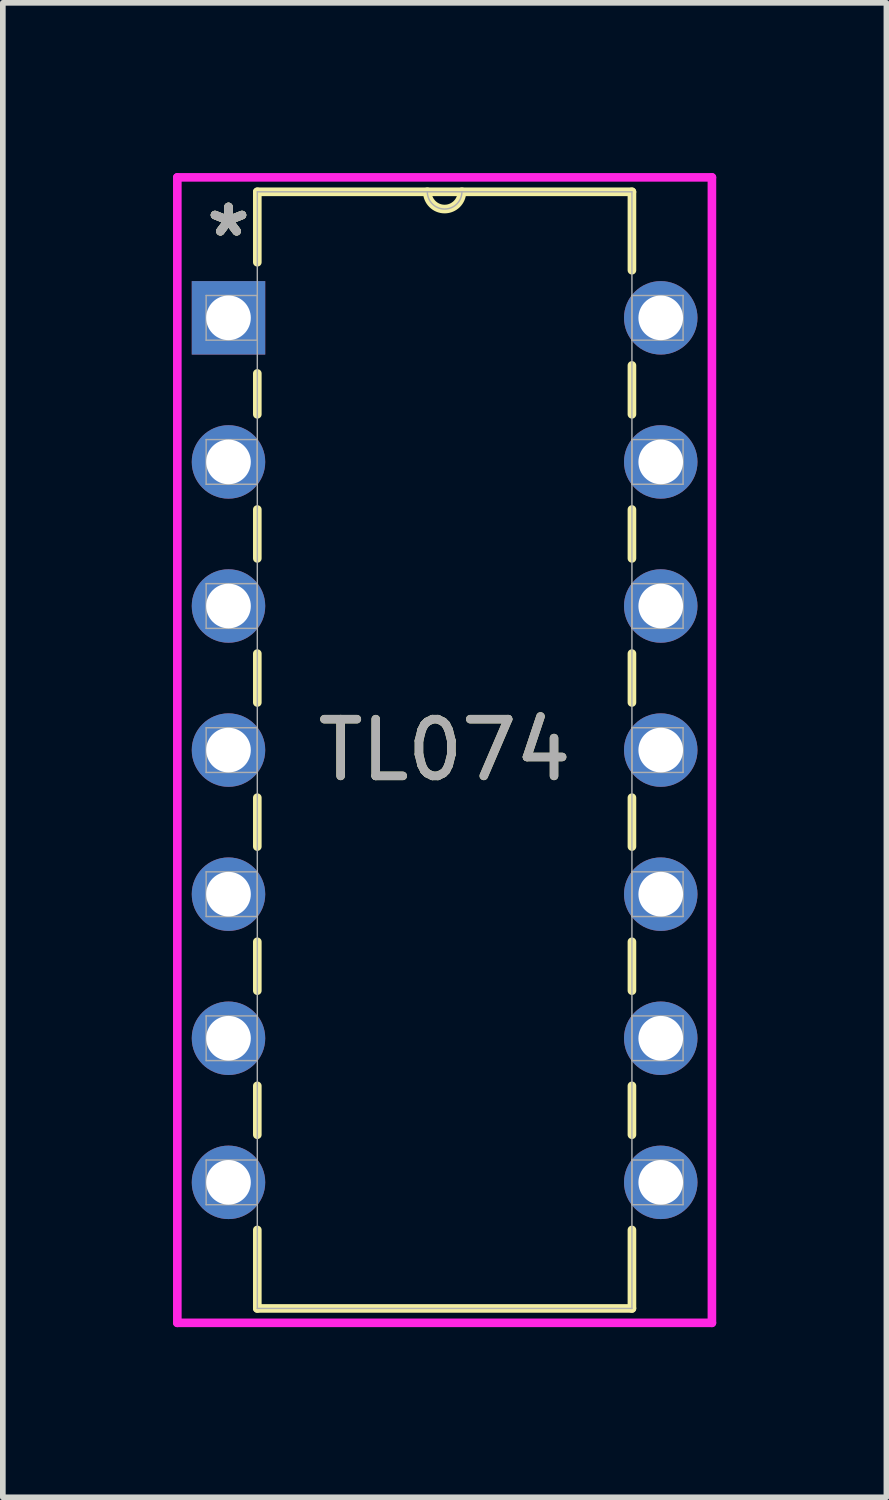
<source format=kicad_pcb>
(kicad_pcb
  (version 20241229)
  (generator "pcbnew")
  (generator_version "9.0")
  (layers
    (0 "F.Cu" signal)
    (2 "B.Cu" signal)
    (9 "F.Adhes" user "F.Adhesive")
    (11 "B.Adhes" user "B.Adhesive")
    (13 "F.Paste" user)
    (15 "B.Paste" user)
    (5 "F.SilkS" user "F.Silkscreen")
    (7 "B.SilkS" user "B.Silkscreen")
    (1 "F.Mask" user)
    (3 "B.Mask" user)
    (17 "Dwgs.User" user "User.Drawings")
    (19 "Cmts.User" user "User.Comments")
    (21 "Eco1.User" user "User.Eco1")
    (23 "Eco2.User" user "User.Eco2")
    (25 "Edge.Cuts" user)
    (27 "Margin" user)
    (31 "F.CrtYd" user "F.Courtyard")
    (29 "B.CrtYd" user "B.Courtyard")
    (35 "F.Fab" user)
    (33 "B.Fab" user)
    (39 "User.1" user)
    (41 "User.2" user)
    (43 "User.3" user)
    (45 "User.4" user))
  (footprint "TL074"
    (layer "F.Cu")
    (at 8.598 17.793)
    (property "Reference" "TL074" (at -3.81 -7.62 0) (unlocked yes) (layer "F.SilkS") (effects (font (size 1 1) (thickness 0.15))))
    (attr through_hole)
    (fp_line (start -7.112 -17.462) (end -7.112 -16.22) (stroke (width 0.152) (type solid)) (layer "F.SilkS"))
    (fp_line (start -7.112 -14.26) (end -7.112 -13.539) (stroke (width 0.152) (type solid)) (layer "F.SilkS"))
    (fp_line (start -7.112 -11.861) (end -7.112 -10.999) (stroke (width 0.152) (type solid)) (layer "F.SilkS"))
    (fp_line (start -7.112 -9.321) (end -7.112 -8.459) (stroke (width 0.152) (type solid)) (layer "F.SilkS"))
    (fp_line (start -7.112 -6.781) (end -7.112 -5.919) (stroke (width 0.152) (type solid)) (layer "F.SilkS"))
    (fp_line (start -7.112 -4.241) (end -7.112 -3.379) (stroke (width 0.152) (type solid)) (layer "F.SilkS"))
    (fp_line (start -7.112 -1.701) (end -7.112 -0.839) (stroke (width 0.152) (type solid)) (layer "F.SilkS"))
    (fp_line (start -7.112 0.839) (end -7.112 2.223) (stroke (width 0.152) (type solid)) (layer "F.SilkS"))
    (fp_line (start -7.112 2.223) (end -0.508 2.223) (stroke (width 0.152) (type solid)) (layer "F.SilkS"))
    (fp_line (start -0.508 -17.462) (end -7.112 -17.462) (stroke (width 0.152) (type solid)) (layer "F.SilkS"))
    (fp_line (start -0.508 -16.079) (end -0.508 -17.462) (stroke (width 0.152) (type solid)) (layer "F.SilkS"))
    (fp_line (start -0.508 -13.539) (end -0.508 -14.401) (stroke (width 0.152) (type solid)) (layer "F.SilkS"))
    (fp_line (start -0.508 -10.999) (end -0.508 -11.861) (stroke (width 0.152) (type solid)) (layer "F.SilkS"))
    (fp_line (start -0.508 -8.459) (end -0.508 -9.321) (stroke (width 0.152) (type solid)) (layer "F.SilkS"))
    (fp_line (start -0.508 -5.919) (end -0.508 -6.781) (stroke (width 0.152) (type solid)) (layer "F.SilkS"))
    (fp_line (start -0.508 -3.379) (end -0.508 -4.241) (stroke (width 0.152) (type solid)) (layer "F.SilkS"))
    (fp_line (start -0.508 -0.839) (end -0.508 -1.701) (stroke (width 0.152) (type solid)) (layer "F.SilkS"))
    (fp_line (start -0.508 2.223) (end -0.508 0.839) (stroke (width 0.152) (type solid)) (layer "F.SilkS"))
    (fp_arc (start -3.5052 -17.4625) (mid -3.81 -17.1577) (end -4.1148 -17.4625) (stroke (width 0.1524) (type solid)) (layer "F.SilkS"))
    (fp_line (start -8.522 -17.716) (end -8.522 2.477) (stroke (width 0.152) (type solid)) (layer "F.CrtYd"))
    (fp_line (start -8.522 2.477) (end 0.902 2.477) (stroke (width 0.152) (type solid)) (layer "F.CrtYd"))
    (fp_line (start 0.902 -17.716) (end -8.522 -17.716) (stroke (width 0.152) (type solid)) (layer "F.CrtYd"))
    (fp_line (start 0.902 2.477) (end 0.902 -17.716) (stroke (width 0.152) (type solid)) (layer "F.CrtYd"))
    (fp_line (start -8.014 -15.634) (end -8.014 -14.846) (stroke (width 0.025) (type solid)) (layer "F.Fab"))
    (fp_line (start -8.014 -14.846) (end -7.112 -14.846) (stroke (width 0.025) (type solid)) (layer "F.Fab"))
    (fp_line (start -8.014 -13.094) (end -8.014 -12.306) (stroke (width 0.025) (type solid)) (layer "F.Fab"))
    (fp_line (start -8.014 -12.306) (end -7.112 -12.306) (stroke (width 0.025) (type solid)) (layer "F.Fab"))
    (fp_line (start -8.014 -10.554) (end -8.014 -9.766) (stroke (width 0.025) (type solid)) (layer "F.Fab"))
    (fp_line (start -8.014 -9.766) (end -7.112 -9.766) (stroke (width 0.025) (type solid)) (layer "F.Fab"))
    (fp_line (start -8.014 -8.014) (end -8.014 -7.226) (stroke (width 0.025) (type solid)) (layer "F.Fab"))
    (fp_line (start -8.014 -7.226) (end -7.112 -7.226) (stroke (width 0.025) (type solid)) (layer "F.Fab"))
    (fp_line (start -8.014 -5.474) (end -8.014 -4.686) (stroke (width 0.025) (type solid)) (layer "F.Fab"))
    (fp_line (start -8.014 -4.686) (end -7.112 -4.686) (stroke (width 0.025) (type solid)) (layer "F.Fab"))
    (fp_line (start -8.014 -2.934) (end -8.014 -2.146) (stroke (width 0.025) (type solid)) (layer "F.Fab"))
    (fp_line (start -8.014 -2.146) (end -7.112 -2.146) (stroke (width 0.025) (type solid)) (layer "F.Fab"))
    (fp_line (start -8.014 -0.394) (end -8.014 0.394) (stroke (width 0.025) (type solid)) (layer "F.Fab"))
    (fp_line (start -8.014 0.394) (end -7.112 0.394) (stroke (width 0.025) (type solid)) (layer "F.Fab"))
    (fp_line (start -7.112 -17.462) (end -7.112 2.223) (stroke (width 0.025) (type solid)) (layer "F.Fab"))
    (fp_line (start -7.112 -15.634) (end -8.014 -15.634) (stroke (width 0.025) (type solid)) (layer "F.Fab"))
    (fp_line (start -7.112 -14.846) (end -7.112 -15.634) (stroke (width 0.025) (type solid)) (layer "F.Fab"))
    (fp_line (start -7.112 -13.094) (end -8.014 -13.094) (stroke (width 0.025) (type solid)) (layer "F.Fab"))
    (fp_line (start -7.112 -12.306) (end -7.112 -13.094) (stroke (width 0.025) (type solid)) (layer "F.Fab"))
    (fp_line (start -7.112 -10.554) (end -8.014 -10.554) (stroke (width 0.025) (type solid)) (layer "F.Fab"))
    (fp_line (start -7.112 -9.766) (end -7.112 -10.554) (stroke (width 0.025) (type solid)) (layer "F.Fab"))
    (fp_line (start -7.112 -8.014) (end -8.014 -8.014) (stroke (width 0.025) (type solid)) (layer "F.Fab"))
    (fp_line (start -7.112 -7.226) (end -7.112 -8.014) (stroke (width 0.025) (type solid)) (layer "F.Fab"))
    (fp_line (start -7.112 -5.474) (end -8.014 -5.474) (stroke (width 0.025) (type solid)) (layer "F.Fab"))
    (fp_line (start -7.112 -4.686) (end -7.112 -5.474) (stroke (width 0.025) (type solid)) (layer "F.Fab"))
    (fp_line (start -7.112 -2.934) (end -8.014 -2.934) (stroke (width 0.025) (type solid)) (layer "F.Fab"))
    (fp_line (start -7.112 -2.146) (end -7.112 -2.934) (stroke (width 0.025) (type solid)) (layer "F.Fab"))
    (fp_line (start -7.112 -0.394) (end -8.014 -0.394) (stroke (width 0.025) (type solid)) (layer "F.Fab"))
    (fp_line (start -7.112 0.394) (end -7.112 -0.394) (stroke (width 0.025) (type solid)) (layer "F.Fab"))
    (fp_line (start -7.112 2.223) (end -0.508 2.223) (stroke (width 0.025) (type solid)) (layer "F.Fab"))
    (fp_line (start -0.508 -17.462) (end -7.112 -17.462) (stroke (width 0.025) (type solid)) (layer "F.Fab"))
    (fp_line (start -0.508 -15.634) (end -0.508 -14.846) (stroke (width 0.025) (type solid)) (layer "F.Fab"))
    (fp_line (start -0.508 -14.846) (end 0.394 -14.846) (stroke (width 0.025) (type solid)) (layer "F.Fab"))
    (fp_line (start -0.508 -13.094) (end -0.508 -12.306) (stroke (width 0.025) (type solid)) (layer "F.Fab"))
    (fp_line (start -0.508 -12.306) (end 0.394 -12.306) (stroke (width 0.025) (type solid)) (layer "F.Fab"))
    (fp_line (start -0.508 -10.554) (end -0.508 -9.766) (stroke (width 0.025) (type solid)) (layer "F.Fab"))
    (fp_line (start -0.508 -9.766) (end 0.394 -9.766) (stroke (width 0.025) (type solid)) (layer "F.Fab"))
    (fp_line (start -0.508 -8.014) (end -0.508 -7.226) (stroke (width 0.025) (type solid)) (layer "F.Fab"))
    (fp_line (start -0.508 -7.226) (end 0.394 -7.226) (stroke (width 0.025) (type solid)) (layer "F.Fab"))
    (fp_line (start -0.508 -5.474) (end -0.508 -4.686) (stroke (width 0.025) (type solid)) (layer "F.Fab"))
    (fp_line (start -0.508 -4.686) (end 0.394 -4.686) (stroke (width 0.025) (type solid)) (layer "F.Fab"))
    (fp_line (start -0.508 -2.934) (end -0.508 -2.146) (stroke (width 0.025) (type solid)) (layer "F.Fab"))
    (fp_line (start -0.508 -2.146) (end 0.394 -2.146) (stroke (width 0.025) (type solid)) (layer "F.Fab"))
    (fp_line (start -0.508 -0.394) (end -0.508 0.394) (stroke (width 0.025) (type solid)) (layer "F.Fab"))
    (fp_line (start -0.508 0.394) (end 0.394 0.394) (stroke (width 0.025) (type solid)) (layer "F.Fab"))
    (fp_line (start -0.508 2.223) (end -0.508 -17.462) (stroke (width 0.025) (type solid)) (layer "F.Fab"))
    (fp_line (start 0.394 -15.634) (end -0.508 -15.634) (stroke (width 0.025) (type solid)) (layer "F.Fab"))
    (fp_line (start 0.394 -14.846) (end 0.394 -15.634) (stroke (width 0.025) (type solid)) (layer "F.Fab"))
    (fp_line (start 0.394 -13.094) (end -0.508 -13.094) (stroke (width 0.025) (type solid)) (layer "F.Fab"))
    (fp_line (start 0.394 -12.306) (end 0.394 -13.094) (stroke (width 0.025) (type solid)) (layer "F.Fab"))
    (fp_line (start 0.394 -10.554) (end -0.508 -10.554) (stroke (width 0.025) (type solid)) (layer "F.Fab"))
    (fp_line (start 0.394 -9.766) (end 0.394 -10.554) (stroke (width 0.025) (type solid)) (layer "F.Fab"))
    (fp_line (start 0.394 -8.014) (end -0.508 -8.014) (stroke (width 0.025) (type solid)) (layer "F.Fab"))
    (fp_line (start 0.394 -7.226) (end 0.394 -8.014) (stroke (width 0.025) (type solid)) (layer "F.Fab"))
    (fp_line (start 0.394 -5.474) (end -0.508 -5.474) (stroke (width 0.025) (type solid)) (layer "F.Fab"))
    (fp_line (start 0.394 -4.686) (end 0.394 -5.474) (stroke (width 0.025) (type solid)) (layer "F.Fab"))
    (fp_line (start 0.394 -2.934) (end -0.508 -2.934) (stroke (width 0.025) (type solid)) (layer "F.Fab"))
    (fp_line (start 0.394 -2.146) (end 0.394 -2.934) (stroke (width 0.025) (type solid)) (layer "F.Fab"))
    (fp_line (start 0.394 -0.394) (end -0.508 -0.394) (stroke (width 0.025) (type solid)) (layer "F.Fab"))
    (fp_line (start 0.394 0.394) (end 0.394 -0.394) (stroke (width 0.025) (type solid)) (layer "F.Fab"))
    (fp_arc (start -3.5052 -17.4625) (mid -3.81 -17.1577) (end -4.1148 -17.4625) (stroke (width 0.0254) (type solid)) (layer "F.Fab"))
    (fp_text user "*" (at -7.62 -16.65 0) (unlocked yes) (layer "F.SilkS") (effects (font (size 1 1) (thickness 0.15))))
    (fp_text user "*" (at -7.62 -16.65 0) (layer "F.SilkS") (effects (font (size 1 1) (thickness 0.15))))
    (fp_text user "*" (at -7.62 -16.65 0) (layer "F.Fab") (effects (font (size 1 1) (thickness 0.15))))
    (fp_text user "*" (at -7.62 -16.65 0) (unlocked yes) (layer "F.Fab") (effects (font (size 1 1) (thickness 0.15))))
    (fp_text user "${REFERENCE}" (at -3.81 -7.62 0) (unlocked yes) (layer "F.Fab") (effects (font (size 1 1) (thickness 0.15))))
    (pad "1" thru_hole rect (at -7.62 -15.24) (size 1.295 1.295) (drill 0.787) (layers "*.Cu" "*.Mask"))
    (pad "2" thru_hole circle (at -7.62 -12.7) (size 1.295 1.295) (drill 0.787) (layers "*.Cu" "*.Mask"))
    (pad "3" thru_hole circle (at -7.62 -10.16) (size 1.295 1.295) (drill 0.787) (layers "*.Cu" "*.Mask"))
    (pad "4" thru_hole circle (at -7.62 -7.62) (size 1.295 1.295) (drill 0.787) (layers "*.Cu" "*.Mask"))
    (pad "5" thru_hole circle (at -7.62 -5.08) (size 1.295 1.295) (drill 0.787) (layers "*.Cu" "*.Mask"))
    (pad "6" thru_hole circle (at -7.62 -2.54) (size 1.295 1.295) (drill 0.787) (layers "*.Cu" "*.Mask"))
    (pad "7" thru_hole circle (at -7.62 0) (size 1.295 1.295) (drill 0.787) (layers "*.Cu" "*.Mask"))
    (pad "8" thru_hole circle (at 0 0) (size 1.295 1.295) (drill 0.787) (layers "*.Cu" "*.Mask"))
    (pad "9" thru_hole circle (at 0 -2.54) (size 1.295 1.295) (drill 0.787) (layers "*.Cu" "*.Mask"))
    (pad "10" thru_hole circle (at 0 -5.08) (size 1.295 1.295) (drill 0.787) (layers "*.Cu" "*.Mask"))
    (pad "11" thru_hole circle (at 0 -7.62) (size 1.295 1.295) (drill 0.787) (layers "*.Cu" "*.Mask"))
    (pad "12" thru_hole circle (at 0 -10.16) (size 1.295 1.295) (drill 0.787) (layers "*.Cu" "*.Mask"))
    (pad "13" thru_hole circle (at 0 -12.7) (size 1.295 1.295) (drill 0.787) (layers "*.Cu" "*.Mask"))
    (pad "14" thru_hole circle (at 0 -15.24) (size 1.295 1.295) (drill 0.787) (layers "*.Cu" "*.Mask")))
  (gr_rect
    (start -3 -3)
    (end 12.576 23.345)
    (stroke (width 0.1) (type default))
    (fill no)
    (layer "Edge.Cuts")))
</source>
